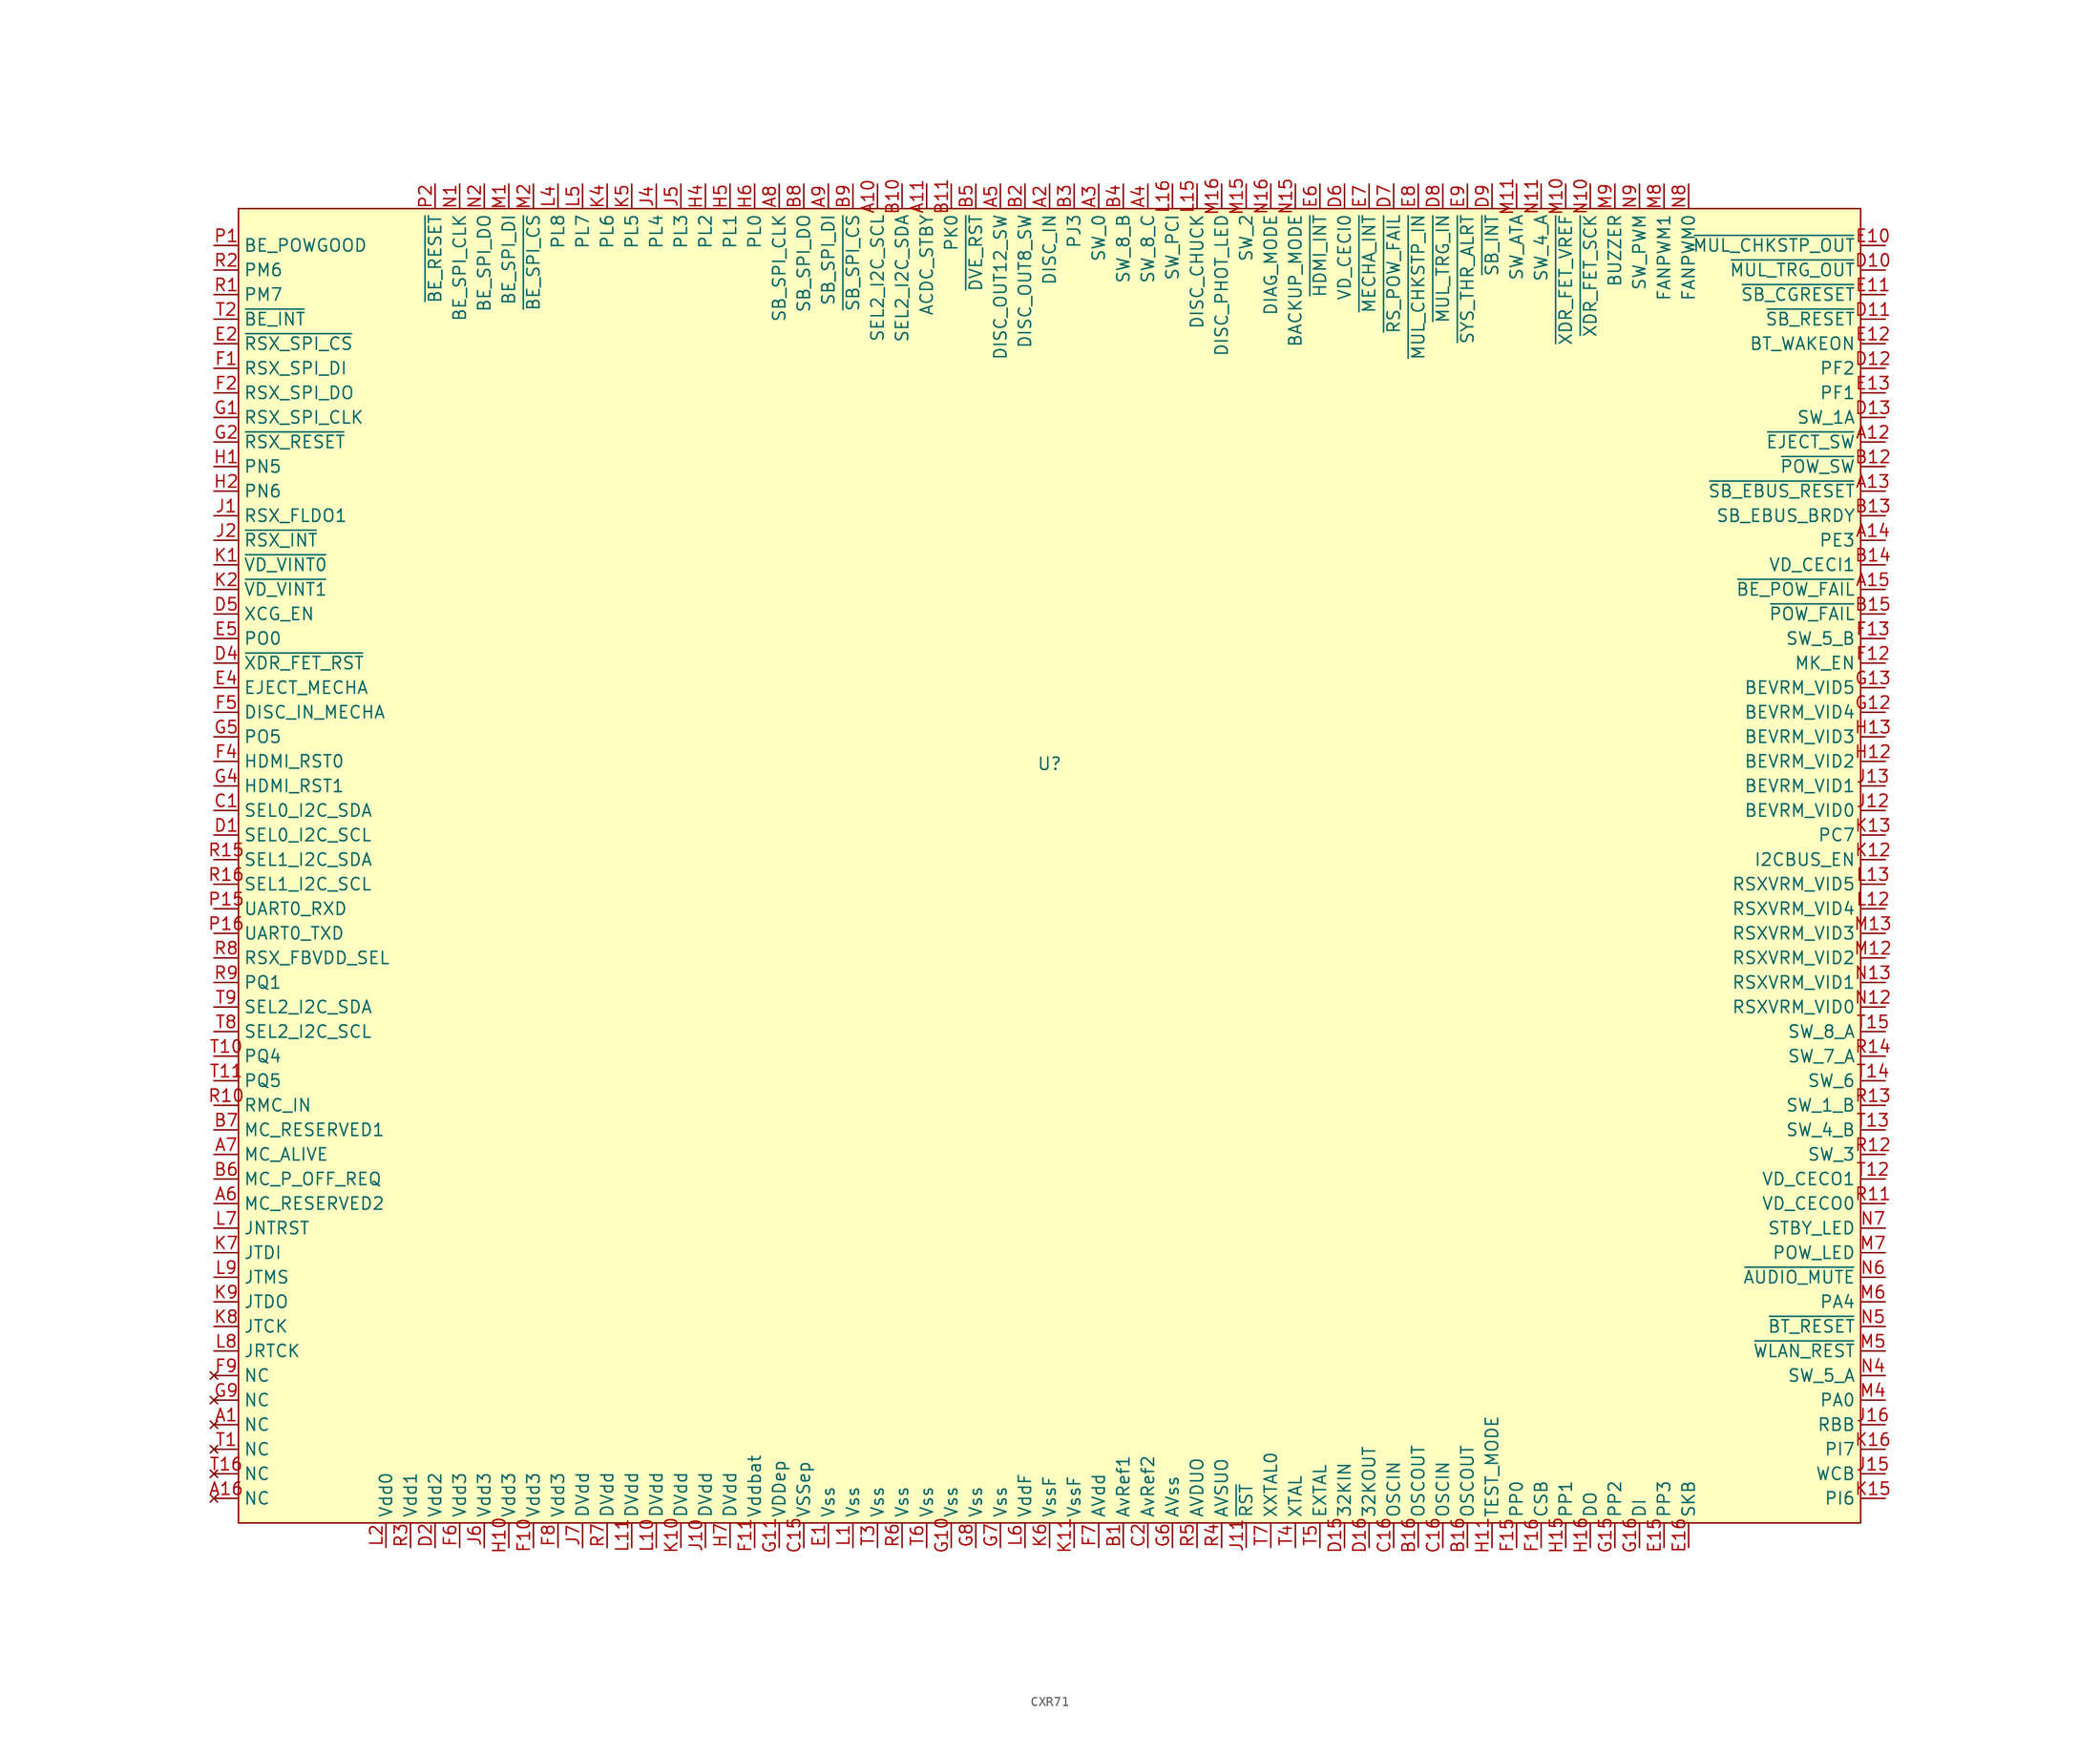
<source format=kicad_sym>
(kicad_symbol_lib
  (version 20231120)
  (generator "kicad_symbol_editor")
  (generator_version "8.0")
  (symbol "CXR71"
    (property "Reference" "U"
      (at 0 7.366 0)
      (effects (font (size 1.27 1.27))))
    (property "Value" ""
      (at -68.58 -73.66 90)
      (effects (font (size 1.27 1.27))))
    (symbol "CXR71_0_0"
      (pin unspecified line (at -25.4 -73.66 90) (length 2.54) (name "VSSep" (effects (font (size 1.27 1.27)))) (number "C15" (effects (font (size 1.27 1.27)))))
      (pin unspecified line (at -63.5 -73.66 90) (length 2.54) (name "Vdd2" (effects (font (size 1.27 1.27)))) (number "D2" (effects (font (size 1.27 1.27)))))
      (pin unspecified line (at -22.86 -73.66 90) (length 2.54) (name "Vss" (effects (font (size 1.27 1.27)))) (number "E1" (effects (font (size 1.27 1.27)))))
      (pin unspecified line (at -53.34 -73.66 90) (length 2.54) (name "Vdd3" (effects (font (size 1.27 1.27)))) (number "F10" (effects (font (size 1.27 1.27)))))
      (pin unspecified line (at -30.48 -73.66 90) (length 2.54) (name "Vddbat" (effects (font (size 1.27 1.27)))) (number "F11" (effects (font (size 1.27 1.27)))))
      (pin unspecified line (at -60.96 -73.66 90) (length 2.54) (name "Vdd3" (effects (font (size 1.27 1.27)))) (number "F6" (effects (font (size 1.27 1.27)))))
      (pin unspecified line (at -50.8 -73.66 90) (length 2.54) (name "Vdd3" (effects (font (size 1.27 1.27)))) (number "F8" (effects (font (size 1.27 1.27)))))
      (pin unspecified line (at -10.16 -73.66 90) (length 2.54) (name "Vss" (effects (font (size 1.27 1.27)))) (number "G10" (effects (font (size 1.27 1.27)))))
      (pin unspecified line (at -27.94 -73.66 90) (length 2.54) (name "VDDep" (effects (font (size 1.27 1.27)))) (number "G11" (effects (font (size 1.27 1.27)))))
      (pin unspecified line (at -5.08 -73.66 90) (length 2.54) (name "Vss" (effects (font (size 1.27 1.27)))) (number "G7" (effects (font (size 1.27 1.27)))))
      (pin unspecified line (at -7.62 -73.66 90) (length 2.54) (name "Vss" (effects (font (size 1.27 1.27)))) (number "G8" (effects (font (size 1.27 1.27)))))
      (pin unspecified line (at -55.88 -73.66 90) (length 2.54) (name "Vdd3" (effects (font (size 1.27 1.27)))) (number "H10" (effects (font (size 1.27 1.27)))))
      (pin unspecified line (at -33.02 -73.66 90) (length 2.54) (name "DVdd" (effects (font (size 1.27 1.27)))) (number "H7" (effects (font (size 1.27 1.27)))))
      (pin unspecified line (at -35.56 -73.66 90) (length 2.54) (name "DVdd" (effects (font (size 1.27 1.27)))) (number "J10" (effects (font (size 1.27 1.27)))))
      (pin unspecified line (at -58.42 -73.66 90) (length 2.54) (name "Vdd3" (effects (font (size 1.27 1.27)))) (number "J6" (effects (font (size 1.27 1.27)))))
      (pin unspecified line (at -48.26 -73.66 90) (length 2.54) (name "DVdd" (effects (font (size 1.27 1.27)))) (number "J7" (effects (font (size 1.27 1.27)))))
      (pin unspecified line (at -38.1 -73.66 90) (length 2.54) (name "DVdd" (effects (font (size 1.27 1.27)))) (number "K10" (effects (font (size 1.27 1.27)))))
      (pin unspecified line (at 2.54 -73.66 90) (length 2.54) (name "VssF" (effects (font (size 1.27 1.27)))) (number "K11" (effects (font (size 1.27 1.27)))))
      (pin unspecified line (at 0 -73.66 90) (length 2.54) (name "VssF" (effects (font (size 1.27 1.27)))) (number "K6" (effects (font (size 1.27 1.27)))))
      (pin unspecified line (at -20.32 -73.66 90) (length 2.54) (name "Vss" (effects (font (size 1.27 1.27)))) (number "L1" (effects (font (size 1.27 1.27)))))
      (pin unspecified line (at -40.64 -73.66 90) (length 2.54) (name "DVdd" (effects (font (size 1.27 1.27)))) (number "L10" (effects (font (size 1.27 1.27)))))
      (pin unspecified line (at -43.18 -73.66 90) (length 2.54) (name "DVdd" (effects (font (size 1.27 1.27)))) (number "L11" (effects (font (size 1.27 1.27)))))
      (pin unspecified line (at -68.58 -73.66 90) (length 2.54) (name "Vdd0" (effects (font (size 1.27 1.27)))) (number "L2" (effects (font (size 1.27 1.27)))))
      (pin unspecified line (at -2.54 -73.66 90) (length 2.54) (name "VddF" (effects (font (size 1.27 1.27)))) (number "L6" (effects (font (size 1.27 1.27)))))
      (pin unspecified line (at -66.04 -73.66 90) (length 2.54) (name "Vdd1" (effects (font (size 1.27 1.27)))) (number "R3" (effects (font (size 1.27 1.27)))))
      (pin unspecified line (at -15.24 -73.66 90) (length 2.54) (name "Vss" (effects (font (size 1.27 1.27)))) (number "R6" (effects (font (size 1.27 1.27)))))
      (pin unspecified line (at -45.72 -73.66 90) (length 2.54) (name "DVdd" (effects (font (size 1.27 1.27)))) (number "R7" (effects (font (size 1.27 1.27)))))
      (pin unspecified line (at -17.78 -73.66 90) (length 2.54) (name "Vss" (effects (font (size 1.27 1.27)))) (number "T3" (effects (font (size 1.27 1.27)))))
      (pin unspecified line (at -12.7 -73.66 90) (length 2.54) (name "Vss" (effects (font (size 1.27 1.27)))) (number "T6" (effects (font (size 1.27 1.27))))))
    (symbol "CXR71_1_0"
      (pin no_connect line (at -86.36 -60.96 0) (length 2.54) (name "NC" (effects (font (size 1.27 1.27)))) (number "A1" (effects (font (size 1.27 1.27)))))
      (pin unspecified line (at -17.78 67.31 270) (length 2.54) (name "SEL2_I2C_SCL" (effects (font (size 1.27 1.27)))) (number "A10" (effects (font (size 1.27 1.27)))))
      (pin unspecified line (at -12.7 67.31 270) (length 2.54) (name "ACDC_STBY" (effects (font (size 1.27 1.27)))) (number "A11" (effects (font (size 1.27 1.27)))))
      (pin unspecified line (at 86.36 40.64 180) (length 2.54) (name "~{EJECT_SW}" (effects (font (size 1.27 1.27)))) (number "A12" (effects (font (size 1.27 1.27)))))
      (pin unspecified line (at 86.36 35.56 180) (length 2.54) (name "~{SB_EBUS_RESET}" (effects (font (size 1.27 1.27)))) (number "A13" (effects (font (size 1.27 1.27)))))
      (pin unspecified line (at 86.36 30.48 180) (length 2.54) (name "PE3" (effects (font (size 1.27 1.27)))) (number "A14" (effects (font (size 1.27 1.27)))))
      (pin unspecified line (at 86.36 25.4 180) (length 2.54) (name "~{BE_POW_FAIL}" (effects (font (size 1.27 1.27)))) (number "A15" (effects (font (size 1.27 1.27)))))
      (pin no_connect line (at -86.36 -68.58 0) (length 2.54) (name "NC" (effects (font (size 1.27 1.27)))) (number "A16" (effects (font (size 1.27 1.27)))))
      (pin unspecified line (at 0 67.31 270) (length 2.54) (name "DISC_IN" (effects (font (size 1.27 1.27)))) (number "A2" (effects (font (size 1.27 1.27)))))
      (pin unspecified line (at 5.08 67.31 270) (length 2.54) (name "SW_0" (effects (font (size 1.27 1.27)))) (number "A3" (effects (font (size 1.27 1.27)))))
      (pin unspecified line (at 10.16 67.31 270) (length 2.54) (name "SW_8_C" (effects (font (size 1.27 1.27)))) (number "A4" (effects (font (size 1.27 1.27)))))
      (pin unspecified line (at -5.08 67.31 270) (length 2.54) (name "DISC_OUT12_SW" (effects (font (size 1.27 1.27)))) (number "A5" (effects (font (size 1.27 1.27)))))
      (pin unspecified line (at -86.36 -38.1 0) (length 2.54) (name "MC_RESERVED2" (effects (font (size 1.27 1.27)))) (number "A6" (effects (font (size 1.27 1.27)))))
      (pin unspecified line (at -86.36 -33.02 0) (length 2.54) (name "MC_ALIVE" (effects (font (size 1.27 1.27)))) (number "A7" (effects (font (size 1.27 1.27)))))
      (pin unspecified line (at -27.94 67.31 270) (length 2.54) (name "SB_SPI_CLK" (effects (font (size 1.27 1.27)))) (number "A8" (effects (font (size 1.27 1.27)))))
      (pin unspecified line (at -22.86 67.31 270) (length 2.54) (name "SB_SPI_DI" (effects (font (size 1.27 1.27)))) (number "A9" (effects (font (size 1.27 1.27)))))
      (pin unspecified line (at 7.62 -73.66 90) (length 2.54) (name "AvRef1" (effects (font (size 1.27 1.27)))) (number "B1" (effects (font (size 1.27 1.27)))))
      (pin unspecified line (at -15.24 67.31 270) (length 2.54) (name "SEL2_I2C_SDA" (effects (font (size 1.27 1.27)))) (number "B10" (effects (font (size 1.27 1.27)))))
      (pin unspecified line (at -10.16 67.31 270) (length 2.54) (name "PK0" (effects (font (size 1.27 1.27)))) (number "B11" (effects (font (size 1.27 1.27)))))
      (pin unspecified line (at 86.36 38.1 180) (length 2.54) (name "~{POW_SW}" (effects (font (size 1.27 1.27)))) (number "B12" (effects (font (size 1.27 1.27)))))
      (pin unspecified line (at 86.36 33.02 180) (length 2.54) (name "SB_EBUS_BRDY" (effects (font (size 1.27 1.27)))) (number "B13" (effects (font (size 1.27 1.27)))))
      (pin unspecified line (at 86.36 27.94 180) (length 2.54) (name "VD_CECI1" (effects (font (size 1.27 1.27)))) (number "B14" (effects (font (size 1.27 1.27)))))
      (pin unspecified line (at 86.36 22.86 180) (length 2.54) (name "~{POW_FAIL}" (effects (font (size 1.27 1.27)))) (number "B15" (effects (font (size 1.27 1.27)))))
      (pin unspecified line (at 38.1 -73.66 90) (length 2.54) (name "OSCOUT" (effects (font (size 1.27 1.27)))) (number "B16" (effects (font (size 1.27 1.27)))))
      (pin unspecified line (at 43.18 -73.66 90) (length 2.54) (name "OSCOUT" (effects (font (size 1.27 1.27)))) (number "B16" (effects (font (size 1.27 1.27)))))
      (pin unspecified line (at -2.54 67.31 270) (length 2.54) (name "DISC_OUT8_SW" (effects (font (size 1.27 1.27)))) (number "B2" (effects (font (size 1.27 1.27)))))
      (pin unspecified line (at 2.54 67.31 270) (length 2.54) (name "PJ3" (effects (font (size 1.27 1.27)))) (number "B3" (effects (font (size 1.27 1.27)))))
      (pin unspecified line (at 7.62 67.31 270) (length 2.54) (name "SW_8_B" (effects (font (size 1.27 1.27)))) (number "B4" (effects (font (size 1.27 1.27)))))
      (pin unspecified line (at -7.62 67.31 270) (length 2.54) (name "~{DVE_RST}" (effects (font (size 1.27 1.27)))) (number "B5" (effects (font (size 1.27 1.27)))))
      (pin unspecified line (at -86.36 -35.56 0) (length 2.54) (name "MC_P_OFF_REQ" (effects (font (size 1.27 1.27)))) (number "B6" (effects (font (size 1.27 1.27)))))
      (pin unspecified line (at -86.36 -30.48 0) (length 2.54) (name "MC_RESERVED1" (effects (font (size 1.27 1.27)))) (number "B7" (effects (font (size 1.27 1.27)))))
      (pin unspecified line (at -25.4 67.31 270) (length 2.54) (name "SB_SPI_DO" (effects (font (size 1.27 1.27)))) (number "B8" (effects (font (size 1.27 1.27)))))
      (pin unspecified line (at -20.32 67.31 270) (length 2.54) (name "~{SB_SPI_CS}" (effects (font (size 1.27 1.27)))) (number "B9" (effects (font (size 1.27 1.27)))))
      (pin unspecified line (at -86.36 2.54 0) (length 2.54) (name "SEL0_I2C_SDA" (effects (font (size 1.27 1.27)))) (number "C1" (effects (font (size 1.27 1.27)))))
      (pin unspecified line (at 35.56 -73.66 90) (length 2.54) (name "OSCIN" (effects (font (size 1.27 1.27)))) (number "C16" (effects (font (size 1.27 1.27)))))
      (pin unspecified line (at 40.64 -73.66 90) (length 2.54) (name "OSCIN" (effects (font (size 1.27 1.27)))) (number "C16" (effects (font (size 1.27 1.27)))))
      (pin unspecified line (at 10.16 -73.66 90) (length 2.54) (name "AvRef2" (effects (font (size 1.27 1.27)))) (number "C2" (effects (font (size 1.27 1.27)))))
      (pin unspecified line (at -86.36 0 0) (length 2.54) (name "SEL0_I2C_SCL" (effects (font (size 1.27 1.27)))) (number "D1" (effects (font (size 1.27 1.27)))))
      (pin unspecified line (at 86.36 58.42 180) (length 2.54) (name "~{MUL_TRG_OUT}" (effects (font (size 1.27 1.27)))) (number "D10" (effects (font (size 1.27 1.27)))))
      (pin unspecified line (at 86.36 53.34 180) (length 2.54) (name "~{SB_RESET}" (effects (font (size 1.27 1.27)))) (number "D11" (effects (font (size 1.27 1.27)))))
      (pin unspecified line (at 86.36 48.26 180) (length 2.54) (name "PF2" (effects (font (size 1.27 1.27)))) (number "D12" (effects (font (size 1.27 1.27)))))
      (pin unspecified line (at 86.36 43.18 180) (length 2.54) (name "SW_1A" (effects (font (size 1.27 1.27)))) (number "D13" (effects (font (size 1.27 1.27)))))
      (pin unspecified line (at 30.48 -73.66 90) (length 2.54) (name "32KIN" (effects (font (size 1.27 1.27)))) (number "D15" (effects (font (size 1.27 1.27)))))
      (pin unspecified line (at 33.02 -73.66 90) (length 2.54) (name "32KOUT" (effects (font (size 1.27 1.27)))) (number "D16" (effects (font (size 1.27 1.27)))))
      (pin unspecified line (at -86.36 17.78 0) (length 2.54) (name "~{XDR_FET_RST}" (effects (font (size 1.27 1.27)))) (number "D4" (effects (font (size 1.27 1.27)))))
      (pin unspecified line (at -86.36 22.86 0) (length 2.54) (name "XCG_EN" (effects (font (size 1.27 1.27)))) (number "D5" (effects (font (size 1.27 1.27)))))
      (pin unspecified line (at 30.48 67.31 270) (length 2.54) (name "VD_CECI0" (effects (font (size 1.27 1.27)))) (number "D6" (effects (font (size 1.27 1.27)))))
      (pin unspecified line (at 35.56 67.31 270) (length 2.54) (name "~{RS_POW_FAIL}" (effects (font (size 1.27 1.27)))) (number "D7" (effects (font (size 1.27 1.27)))))
      (pin unspecified line (at 40.64 67.31 270) (length 2.54) (name "~{MUL_TRG_IN}" (effects (font (size 1.27 1.27)))) (number "D8" (effects (font (size 1.27 1.27)))))
      (pin unspecified line (at 45.72 67.31 270) (length 2.54) (name "~{SB_INT}" (effects (font (size 1.27 1.27)))) (number "D9" (effects (font (size 1.27 1.27)))))
      (pin unspecified line (at 86.36 60.96 180) (length 2.54) (name "~{MUL_CHKSTP_OUT}" (effects (font (size 1.27 1.27)))) (number "E10" (effects (font (size 1.27 1.27)))))
      (pin unspecified line (at 86.36 55.88 180) (length 2.54) (name "~{SB_CGRESET}" (effects (font (size 1.27 1.27)))) (number "E11" (effects (font (size 1.27 1.27)))))
      (pin unspecified line (at 86.36 50.8 180) (length 2.54) (name "BT_WAKEON" (effects (font (size 1.27 1.27)))) (number "E12" (effects (font (size 1.27 1.27)))))
      (pin unspecified line (at 86.36 45.72 180) (length 2.54) (name "PF1" (effects (font (size 1.27 1.27)))) (number "E13" (effects (font (size 1.27 1.27)))))
      (pin unspecified line (at 63.5 -73.66 90) (length 2.54) (name "PP3" (effects (font (size 1.27 1.27)))) (number "E15" (effects (font (size 1.27 1.27)))))
      (pin unspecified line (at 66.04 -73.66 90) (length 2.54) (name "SKB" (effects (font (size 1.27 1.27)))) (number "E16" (effects (font (size 1.27 1.27)))))
      (pin unspecified line (at -86.36 50.8 0) (length 2.54) (name "~{RSX_SPI_CS}" (effects (font (size 1.27 1.27)))) (number "E2" (effects (font (size 1.27 1.27)))))
      (pin unspecified line (at -86.36 15.24 0) (length 2.54) (name "EJECT_MECHA" (effects (font (size 1.27 1.27)))) (number "E4" (effects (font (size 1.27 1.27)))))
      (pin unspecified line (at -86.36 20.32 0) (length 2.54) (name "PO0" (effects (font (size 1.27 1.27)))) (number "E5" (effects (font (size 1.27 1.27)))))
      (pin unspecified line (at 27.94 67.31 270) (length 2.54) (name "~{HDMI_INT}" (effects (font (size 1.27 1.27)))) (number "E6" (effects (font (size 1.27 1.27)))))
      (pin unspecified line (at 33.02 67.31 270) (length 2.54) (name "~{MECHA_INT}" (effects (font (size 1.27 1.27)))) (number "E7" (effects (font (size 1.27 1.27)))))
      (pin unspecified line (at 38.1 67.31 270) (length 2.54) (name "~{MUL_CHKSTP_IN}" (effects (font (size 1.27 1.27)))) (number "E8" (effects (font (size 1.27 1.27)))))
      (pin unspecified line (at 43.18 67.31 270) (length 2.54) (name "~{SYS_THR_ALRT}" (effects (font (size 1.27 1.27)))) (number "E9" (effects (font (size 1.27 1.27)))))
      (pin unspecified line (at -86.36 48.26 0) (length 2.54) (name "RSX_SPI_DI" (effects (font (size 1.27 1.27)))) (number "F1" (effects (font (size 1.27 1.27)))))
      (pin unspecified line (at 86.36 17.78 180) (length 2.54) (name "MK_EN" (effects (font (size 1.27 1.27)))) (number "F12" (effects (font (size 1.27 1.27)))))
      (pin unspecified line (at 86.36 20.32 180) (length 2.54) (name "SW_5_B" (effects (font (size 1.27 1.27)))) (number "F13" (effects (font (size 1.27 1.27)))))
      (pin unspecified line (at 48.26 -73.66 90) (length 2.54) (name "PP0" (effects (font (size 1.27 1.27)))) (number "F15" (effects (font (size 1.27 1.27)))))
      (pin unspecified line (at 50.8 -73.66 90) (length 2.54) (name "CSB" (effects (font (size 1.27 1.27)))) (number "F16" (effects (font (size 1.27 1.27)))))
      (pin unspecified line (at -86.36 45.72 0) (length 2.54) (name "RSX_SPI_DO" (effects (font (size 1.27 1.27)))) (number "F2" (effects (font (size 1.27 1.27)))))
      (pin unspecified line (at -86.36 7.62 0) (length 2.54) (name "HDMI_RST0" (effects (font (size 1.27 1.27)))) (number "F4" (effects (font (size 1.27 1.27)))))
      (pin unspecified line (at -86.36 12.7 0) (length 2.54) (name "DISC_IN_MECHA" (effects (font (size 1.27 1.27)))) (number "F5" (effects (font (size 1.27 1.27)))))
      (pin unspecified line (at 5.08 -73.66 90) (length 2.54) (name "AVdd" (effects (font (size 1.27 1.27)))) (number "F7" (effects (font (size 1.27 1.27)))))
      (pin no_connect line (at -86.36 -55.88 0) (length 2.54) (name "NC" (effects (font (size 1.27 1.27)))) (number "F9" (effects (font (size 1.27 1.27)))))
      (pin unspecified line (at -86.36 43.18 0) (length 2.54) (name "RSX_SPI_CLK" (effects (font (size 1.27 1.27)))) (number "G1" (effects (font (size 1.27 1.27)))))
      (pin unspecified line (at 86.36 12.7 180) (length 2.54) (name "BEVRM_VID4" (effects (font (size 1.27 1.27)))) (number "G12" (effects (font (size 1.27 1.27)))))
      (pin unspecified line (at 86.36 15.24 180) (length 2.54) (name "BEVRM_VID5" (effects (font (size 1.27 1.27)))) (number "G13" (effects (font (size 1.27 1.27)))))
      (pin unspecified line (at 58.42 -73.66 90) (length 2.54) (name "PP2" (effects (font (size 1.27 1.27)))) (number "G15" (effects (font (size 1.27 1.27)))))
      (pin unspecified line (at 60.96 -73.66 90) (length 2.54) (name "DI" (effects (font (size 1.27 1.27)))) (number "G16" (effects (font (size 1.27 1.27)))))
      (pin unspecified line (at -86.36 40.64 0) (length 2.54) (name "~{RSX_RESET}" (effects (font (size 1.27 1.27)))) (number "G2" (effects (font (size 1.27 1.27)))))
      (pin unspecified line (at -86.36 5.08 0) (length 2.54) (name "HDMI_RST1" (effects (font (size 1.27 1.27)))) (number "G4" (effects (font (size 1.27 1.27)))))
      (pin unspecified line (at -86.36 10.16 0) (length 2.54) (name "PO5" (effects (font (size 1.27 1.27)))) (number "G5" (effects (font (size 1.27 1.27)))))
      (pin unspecified line (at 12.7 -73.66 90) (length 2.54) (name "AVss" (effects (font (size 1.27 1.27)))) (number "G6" (effects (font (size 1.27 1.27)))))
      (pin no_connect line (at -86.36 -58.42 0) (length 2.54) (name "NC" (effects (font (size 1.27 1.27)))) (number "G9" (effects (font (size 1.27 1.27)))))
      (pin unspecified line (at -86.36 38.1 0) (length 2.54) (name "PN5" (effects (font (size 1.27 1.27)))) (number "H1" (effects (font (size 1.27 1.27)))))
      (pin unspecified line (at 45.72 -73.66 90) (length 2.54) (name "TEST_MODE" (effects (font (size 1.27 1.27)))) (number "H11" (effects (font (size 1.27 1.27)))))
      (pin unspecified line (at 86.36 7.62 180) (length 2.54) (name "BEVRM_VID2" (effects (font (size 1.27 1.27)))) (number "H12" (effects (font (size 1.27 1.27)))))
      (pin unspecified line (at 86.36 10.16 180) (length 2.54) (name "BEVRM_VID3" (effects (font (size 1.27 1.27)))) (number "H13" (effects (font (size 1.27 1.27)))))
      (pin unspecified line (at 53.34 -73.66 90) (length 2.54) (name "PP1" (effects (font (size 1.27 1.27)))) (number "H15" (effects (font (size 1.27 1.27)))))
      (pin unspecified line (at 55.88 -73.66 90) (length 2.54) (name "DO" (effects (font (size 1.27 1.27)))) (number "H16" (effects (font (size 1.27 1.27)))))
      (pin unspecified line (at -86.36 35.56 0) (length 2.54) (name "PN6" (effects (font (size 1.27 1.27)))) (number "H2" (effects (font (size 1.27 1.27)))))
      (pin unspecified line (at -35.56 67.31 270) (length 2.54) (name "PL2" (effects (font (size 1.27 1.27)))) (number "H4" (effects (font (size 1.27 1.27)))))
      (pin unspecified line (at -33.02 67.31 270) (length 2.54) (name "PL1" (effects (font (size 1.27 1.27)))) (number "H5" (effects (font (size 1.27 1.27)))))
      (pin unspecified line (at -30.48 67.31 270) (length 2.54) (name "PL0" (effects (font (size 1.27 1.27)))) (number "H6" (effects (font (size 1.27 1.27)))))
      (pin unspecified line (at -86.36 33.02 0) (length 2.54) (name "RSX_FLDO1" (effects (font (size 1.27 1.27)))) (number "J1" (effects (font (size 1.27 1.27)))))
      (pin unspecified line (at 20.32 -73.66 90) (length 2.54) (name "~{RST}" (effects (font (size 1.27 1.27)))) (number "J11" (effects (font (size 1.27 1.27)))))
      (pin unspecified line (at 86.36 2.54 180) (length 2.54) (name "BEVRM_VID0" (effects (font (size 1.27 1.27)))) (number "J12" (effects (font (size 1.27 1.27)))))
      (pin unspecified line (at 86.36 5.08 180) (length 2.54) (name "BEVRM_VID1" (effects (font (size 1.27 1.27)))) (number "J13" (effects (font (size 1.27 1.27)))))
      (pin unspecified line (at 86.36 -66.04 180) (length 2.54) (name "WCB" (effects (font (size 1.27 1.27)))) (number "J15" (effects (font (size 1.27 1.27)))))
      (pin unspecified line (at 86.36 -60.96 180) (length 2.54) (name "RBB" (effects (font (size 1.27 1.27)))) (number "J16" (effects (font (size 1.27 1.27)))))
      (pin unspecified line (at -86.36 30.48 0) (length 2.54) (name "~{RSX_INT}" (effects (font (size 1.27 1.27)))) (number "J2" (effects (font (size 1.27 1.27)))))
      (pin unspecified line (at -40.64 67.31 270) (length 2.54) (name "PL4" (effects (font (size 1.27 1.27)))) (number "J4" (effects (font (size 1.27 1.27)))))
      (pin unspecified line (at -38.1 67.31 270) (length 2.54) (name "PL3" (effects (font (size 1.27 1.27)))) (number "J5" (effects (font (size 1.27 1.27)))))
      (pin unspecified line (at -86.36 27.94 0) (length 2.54) (name "~{VD_VINT0}" (effects (font (size 1.27 1.27)))) (number "K1" (effects (font (size 1.27 1.27)))))
      (pin unspecified line (at 86.36 -2.54 180) (length 2.54) (name "I2CBUS_EN" (effects (font (size 1.27 1.27)))) (number "K12" (effects (font (size 1.27 1.27)))))
      (pin unspecified line (at 86.36 0 180) (length 2.54) (name "PC7" (effects (font (size 1.27 1.27)))) (number "K13" (effects (font (size 1.27 1.27)))))
      (pin unspecified line (at 86.36 -68.58 180) (length 2.54) (name "PI6" (effects (font (size 1.27 1.27)))) (number "K15" (effects (font (size 1.27 1.27)))))
      (pin unspecified line (at 86.36 -63.5 180) (length 2.54) (name "PI7" (effects (font (size 1.27 1.27)))) (number "K16" (effects (font (size 1.27 1.27)))))
      (pin unspecified line (at -86.36 25.4 0) (length 2.54) (name "~{VD_VINT1}" (effects (font (size 1.27 1.27)))) (number "K2" (effects (font (size 1.27 1.27)))))
      (pin unspecified line (at -45.72 67.31 270) (length 2.54) (name "PL6" (effects (font (size 1.27 1.27)))) (number "K4" (effects (font (size 1.27 1.27)))))
      (pin unspecified line (at -43.18 67.31 270) (length 2.54) (name "PL5" (effects (font (size 1.27 1.27)))) (number "K5" (effects (font (size 1.27 1.27)))))
      (pin unspecified line (at -86.36 -43.18 0) (length 2.54) (name "JTDI" (effects (font (size 1.27 1.27)))) (number "K7" (effects (font (size 1.27 1.27)))))
      (pin unspecified line (at -86.36 -50.8 0) (length 2.54) (name "JTCK" (effects (font (size 1.27 1.27)))) (number "K8" (effects (font (size 1.27 1.27)))))
      (pin unspecified line (at -86.36 -48.26 0) (length 2.54) (name "JTDO" (effects (font (size 1.27 1.27)))) (number "K9" (effects (font (size 1.27 1.27)))))
      (pin unspecified line (at 86.36 -7.62 180) (length 2.54) (name "RSXVRM_VID4" (effects (font (size 1.27 1.27)))) (number "L12" (effects (font (size 1.27 1.27)))))
      (pin unspecified line (at 86.36 -5.08 180) (length 2.54) (name "RSXVRM_VID5" (effects (font (size 1.27 1.27)))) (number "L13" (effects (font (size 1.27 1.27)))))
      (pin unspecified line (at 15.24 67.31 270) (length 2.54) (name "DISC_CHUCK" (effects (font (size 1.27 1.27)))) (number "L15" (effects (font (size 1.27 1.27)))))
      (pin unspecified line (at 12.7 67.31 270) (length 2.54) (name "SW_PCI" (effects (font (size 1.27 1.27)))) (number "L16" (effects (font (size 1.27 1.27)))))
      (pin unspecified line (at -50.8 67.31 270) (length 2.54) (name "PL8" (effects (font (size 1.27 1.27)))) (number "L4" (effects (font (size 1.27 1.27)))))
      (pin unspecified line (at -48.26 67.31 270) (length 2.54) (name "PL7" (effects (font (size 1.27 1.27)))) (number "L5" (effects (font (size 1.27 1.27)))))
      (pin unspecified line (at -86.36 -40.64 0) (length 2.54) (name "JNTRST" (effects (font (size 1.27 1.27)))) (number "L7" (effects (font (size 1.27 1.27)))))
      (pin unspecified line (at -86.36 -53.34 0) (length 2.54) (name "JRTCK" (effects (font (size 1.27 1.27)))) (number "L8" (effects (font (size 1.27 1.27)))))
      (pin unspecified line (at -86.36 -45.72 0) (length 2.54) (name "JTMS" (effects (font (size 1.27 1.27)))) (number "L9" (effects (font (size 1.27 1.27)))))
      (pin unspecified line (at -55.88 67.31 270) (length 2.54) (name "BE_SPI_DI" (effects (font (size 1.27 1.27)))) (number "M1" (effects (font (size 1.27 1.27)))))
      (pin unspecified line (at 53.34 67.31 270) (length 2.54) (name "~{XDR_FET_VREF}" (effects (font (size 1.27 1.27)))) (number "M10" (effects (font (size 1.27 1.27)))))
      (pin unspecified line (at 48.26 67.31 270) (length 2.54) (name "SW_ATA" (effects (font (size 1.27 1.27)))) (number "M11" (effects (font (size 1.27 1.27)))))
      (pin unspecified line (at 86.36 -12.7 180) (length 2.54) (name "RSXVRM_VID2" (effects (font (size 1.27 1.27)))) (number "M12" (effects (font (size 1.27 1.27)))))
      (pin unspecified line (at 86.36 -10.16 180) (length 2.54) (name "RSXVRM_VID3" (effects (font (size 1.27 1.27)))) (number "M13" (effects (font (size 1.27 1.27)))))
      (pin unspecified line (at 20.32 67.31 270) (length 2.54) (name "SW_2" (effects (font (size 1.27 1.27)))) (number "M15" (effects (font (size 1.27 1.27)))))
      (pin unspecified line (at 17.78 67.31 270) (length 2.54) (name "DISC_PHOT_LED" (effects (font (size 1.27 1.27)))) (number "M16" (effects (font (size 1.27 1.27)))))
      (pin unspecified line (at -53.34 67.31 270) (length 2.54) (name "~{BE_SPI_CS}" (effects (font (size 1.27 1.27)))) (number "M2" (effects (font (size 1.27 1.27)))))
      (pin unspecified line (at 86.36 -58.42 180) (length 2.54) (name "PA0" (effects (font (size 1.27 1.27)))) (number "M4" (effects (font (size 1.27 1.27)))))
      (pin unspecified line (at 86.36 -53.34 180) (length 2.54) (name "~{WLAN_REST}" (effects (font (size 1.27 1.27)))) (number "M5" (effects (font (size 1.27 1.27)))))
      (pin unspecified line (at 86.36 -48.26 180) (length 2.54) (name "PA4" (effects (font (size 1.27 1.27)))) (number "M6" (effects (font (size 1.27 1.27)))))
      (pin output line (at 86.36 -43.18 180) (length 2.54) (name "POW_LED" (effects (font (size 1.27 1.27)))) (number "M7" (effects (font (size 1.27 1.27)))))
      (pin unspecified line (at 63.5 67.31 270) (length 2.54) (name "FANPWM1" (effects (font (size 1.27 1.27)))) (number "M8" (effects (font (size 1.27 1.27)))))
      (pin unspecified line (at 58.42 67.31 270) (length 2.54) (name "BUZZER" (effects (font (size 1.27 1.27)))) (number "M9" (effects (font (size 1.27 1.27)))))
      (pin unspecified line (at -60.96 67.31 270) (length 2.54) (name "BE_SPI_CLK" (effects (font (size 1.27 1.27)))) (number "N1" (effects (font (size 1.27 1.27)))))
      (pin unspecified line (at 55.88 67.31 270) (length 2.54) (name "~{XDR_FET_SCK}" (effects (font (size 1.27 1.27)))) (number "N10" (effects (font (size 1.27 1.27)))))
      (pin unspecified line (at 50.8 67.31 270) (length 2.54) (name "SW_4_A" (effects (font (size 1.27 1.27)))) (number "N11" (effects (font (size 1.27 1.27)))))
      (pin unspecified line (at 86.36 -17.78 180) (length 2.54) (name "RSXVRM_VID0" (effects (font (size 1.27 1.27)))) (number "N12" (effects (font (size 1.27 1.27)))))
      (pin unspecified line (at 86.36 -15.24 180) (length 2.54) (name "RSXVRM_VID1" (effects (font (size 1.27 1.27)))) (number "N13" (effects (font (size 1.27 1.27)))))
      (pin unspecified line (at 25.4 67.31 270) (length 2.54) (name "BACKUP_MODE" (effects (font (size 1.27 1.27)))) (number "N15" (effects (font (size 1.27 1.27)))))
      (pin unspecified line (at 22.86 67.31 270) (length 2.54) (name "DIAG_MODE" (effects (font (size 1.27 1.27)))) (number "N16" (effects (font (size 1.27 1.27)))))
      (pin unspecified line (at -58.42 67.31 270) (length 2.54) (name "BE_SPI_DO" (effects (font (size 1.27 1.27)))) (number "N2" (effects (font (size 1.27 1.27)))))
      (pin unspecified line (at 86.36 -55.88 180) (length 2.54) (name "SW_5_A" (effects (font (size 1.27 1.27)))) (number "N4" (effects (font (size 1.27 1.27)))))
      (pin unspecified line (at 86.36 -50.8 180) (length 2.54) (name "~{BT_RESET}" (effects (font (size 1.27 1.27)))) (number "N5" (effects (font (size 1.27 1.27)))))
      (pin unspecified line (at 86.36 -45.72 180) (length 2.54) (name "~{AUDIO_MUTE}" (effects (font (size 1.27 1.27)))) (number "N6" (effects (font (size 1.27 1.27)))))
      (pin output line (at 86.36 -40.64 180) (length 2.54) (name "STBY_LED" (effects (font (size 1.27 1.27)))) (number "N7" (effects (font (size 1.27 1.27)))))
      (pin unspecified line (at 66.04 67.31 270) (length 2.54) (name "FANPWM0" (effects (font (size 1.27 1.27)))) (number "N8" (effects (font (size 1.27 1.27)))))
      (pin unspecified line (at 60.96 67.31 270) (length 2.54) (name "SW_PWM" (effects (font (size 1.27 1.27)))) (number "N9" (effects (font (size 1.27 1.27)))))
      (pin unspecified line (at -86.36 60.96 0) (length 2.54) (name "BE_POWGOOD" (effects (font (size 1.27 1.27)))) (number "P1" (effects (font (size 1.27 1.27)))))
      (pin unspecified line (at -86.36 -7.62 0) (length 2.54) (name "UART0_RXD" (effects (font (size 1.27 1.27)))) (number "P15" (effects (font (size 1.27 1.27)))))
      (pin unspecified line (at -86.36 -10.16 0) (length 2.54) (name "UART0_TXD" (effects (font (size 1.27 1.27)))) (number "P16" (effects (font (size 1.27 1.27)))))
      (pin unspecified line (at -63.5 67.31 270) (length 2.54) (name "~{BE_RESET}" (effects (font (size 1.27 1.27)))) (number "P2" (effects (font (size 1.27 1.27)))))
      (pin unspecified line (at -86.36 55.88 0) (length 2.54) (name "PM7" (effects (font (size 1.27 1.27)))) (number "R1" (effects (font (size 1.27 1.27)))))
      (pin unspecified line (at -86.36 -27.94 0) (length 2.54) (name "RMC_IN" (effects (font (size 1.27 1.27)))) (number "R10" (effects (font (size 1.27 1.27)))))
      (pin unspecified line (at 86.36 -38.1 180) (length 2.54) (name "VD_CECO0" (effects (font (size 1.27 1.27)))) (number "R11" (effects (font (size 1.27 1.27)))))
      (pin unspecified line (at 86.36 -33.02 180) (length 2.54) (name "SW_3" (effects (font (size 1.27 1.27)))) (number "R12" (effects (font (size 1.27 1.27)))))
      (pin unspecified line (at 86.36 -27.94 180) (length 2.54) (name "SW_1_B" (effects (font (size 1.27 1.27)))) (number "R13" (effects (font (size 1.27 1.27)))))
      (pin unspecified line (at 86.36 -22.86 180) (length 2.54) (name "SW_7_A" (effects (font (size 1.27 1.27)))) (number "R14" (effects (font (size 1.27 1.27)))))
      (pin unspecified line (at -86.36 -2.54 0) (length 2.54) (name "SEL1_I2C_SDA" (effects (font (size 1.27 1.27)))) (number "R15" (effects (font (size 1.27 1.27)))))
      (pin unspecified line (at -86.36 -5.08 0) (length 2.54) (name "SEL1_I2C_SCL" (effects (font (size 1.27 1.27)))) (number "R16" (effects (font (size 1.27 1.27)))))
      (pin unspecified line (at -86.36 58.42 0) (length 2.54) (name "PM6" (effects (font (size 1.27 1.27)))) (number "R2" (effects (font (size 1.27 1.27)))))
      (pin unspecified line (at 17.78 -73.66 90) (length 2.54) (name "AVSUO" (effects (font (size 1.27 1.27)))) (number "R4" (effects (font (size 1.27 1.27)))))
      (pin unspecified line (at 15.24 -73.66 90) (length 2.54) (name "AVDUO" (effects (font (size 1.27 1.27)))) (number "R5" (effects (font (size 1.27 1.27)))))
      (pin unspecified line (at -86.36 -12.7 0) (length 2.54) (name "RSX_FBVDD_SEL" (effects (font (size 1.27 1.27)))) (number "R8" (effects (font (size 1.27 1.27)))))
      (pin unspecified line (at -86.36 -15.24 0) (length 2.54) (name "PQ1" (effects (font (size 1.27 1.27)))) (number "R9" (effects (font (size 1.27 1.27)))))
      (pin no_connect line (at -86.36 -63.5 0) (length 2.54) (name "NC" (effects (font (size 1.27 1.27)))) (number "T1" (effects (font (size 1.27 1.27)))))
      (pin unspecified line (at -86.36 -22.86 0) (length 2.54) (name "PQ4" (effects (font (size 1.27 1.27)))) (number "T10" (effects (font (size 1.27 1.27)))))
      (pin unspecified line (at -86.36 -25.4 0) (length 2.54) (name "PQ5" (effects (font (size 1.27 1.27)))) (number "T11" (effects (font (size 1.27 1.27)))))
      (pin unspecified line (at 86.36 -35.56 180) (length 2.54) (name "VD_CECO1" (effects (font (size 1.27 1.27)))) (number "T12" (effects (font (size 1.27 1.27)))))
      (pin unspecified line (at 86.36 -30.48 180) (length 2.54) (name "SW_4_B" (effects (font (size 1.27 1.27)))) (number "T13" (effects (font (size 1.27 1.27)))))
      (pin unspecified line (at 86.36 -25.4 180) (length 2.54) (name "SW_6" (effects (font (size 1.27 1.27)))) (number "T14" (effects (font (size 1.27 1.27)))))
      (pin unspecified line (at 86.36 -20.32 180) (length 2.54) (name "SW_8_A" (effects (font (size 1.27 1.27)))) (number "T15" (effects (font (size 1.27 1.27)))))
      (pin no_connect line (at -86.36 -66.04 0) (length 2.54) (name "NC" (effects (font (size 1.27 1.27)))) (number "T16" (effects (font (size 1.27 1.27)))))
      (pin unspecified line (at -86.36 53.34 0) (length 2.54) (name "~{BE_INT}" (effects (font (size 1.27 1.27)))) (number "T2" (effects (font (size 1.27 1.27)))))
      (pin unspecified line (at 25.4 -73.66 90) (length 2.54) (name "XTAL" (effects (font (size 1.27 1.27)))) (number "T4" (effects (font (size 1.27 1.27)))))
      (pin unspecified line (at 27.94 -73.66 90) (length 2.54) (name "EXTAL" (effects (font (size 1.27 1.27)))) (number "T5" (effects (font (size 1.27 1.27)))))
      (pin unspecified line (at 22.86 -73.66 90) (length 2.54) (name "XXTAL0" (effects (font (size 1.27 1.27)))) (number "T7" (effects (font (size 1.27 1.27)))))
      (pin unspecified line (at -86.36 -20.32 0) (length 2.54) (name "SEL2_I2C_SCL" (effects (font (size 1.27 1.27)))) (number "T8" (effects (font (size 1.27 1.27)))))
      (pin unspecified line (at -86.36 -17.78 0) (length 2.54) (name "SEL2_I2C_SDA" (effects (font (size 1.27 1.27)))) (number "T9" (effects (font (size 1.27 1.27))))))
    (symbol "CXR71_1_1"
      (rectangle (start -83.82 64.77) (end 83.82 -71.12) (stroke (width 0) (type default)) (fill (type background))))))
</source>
